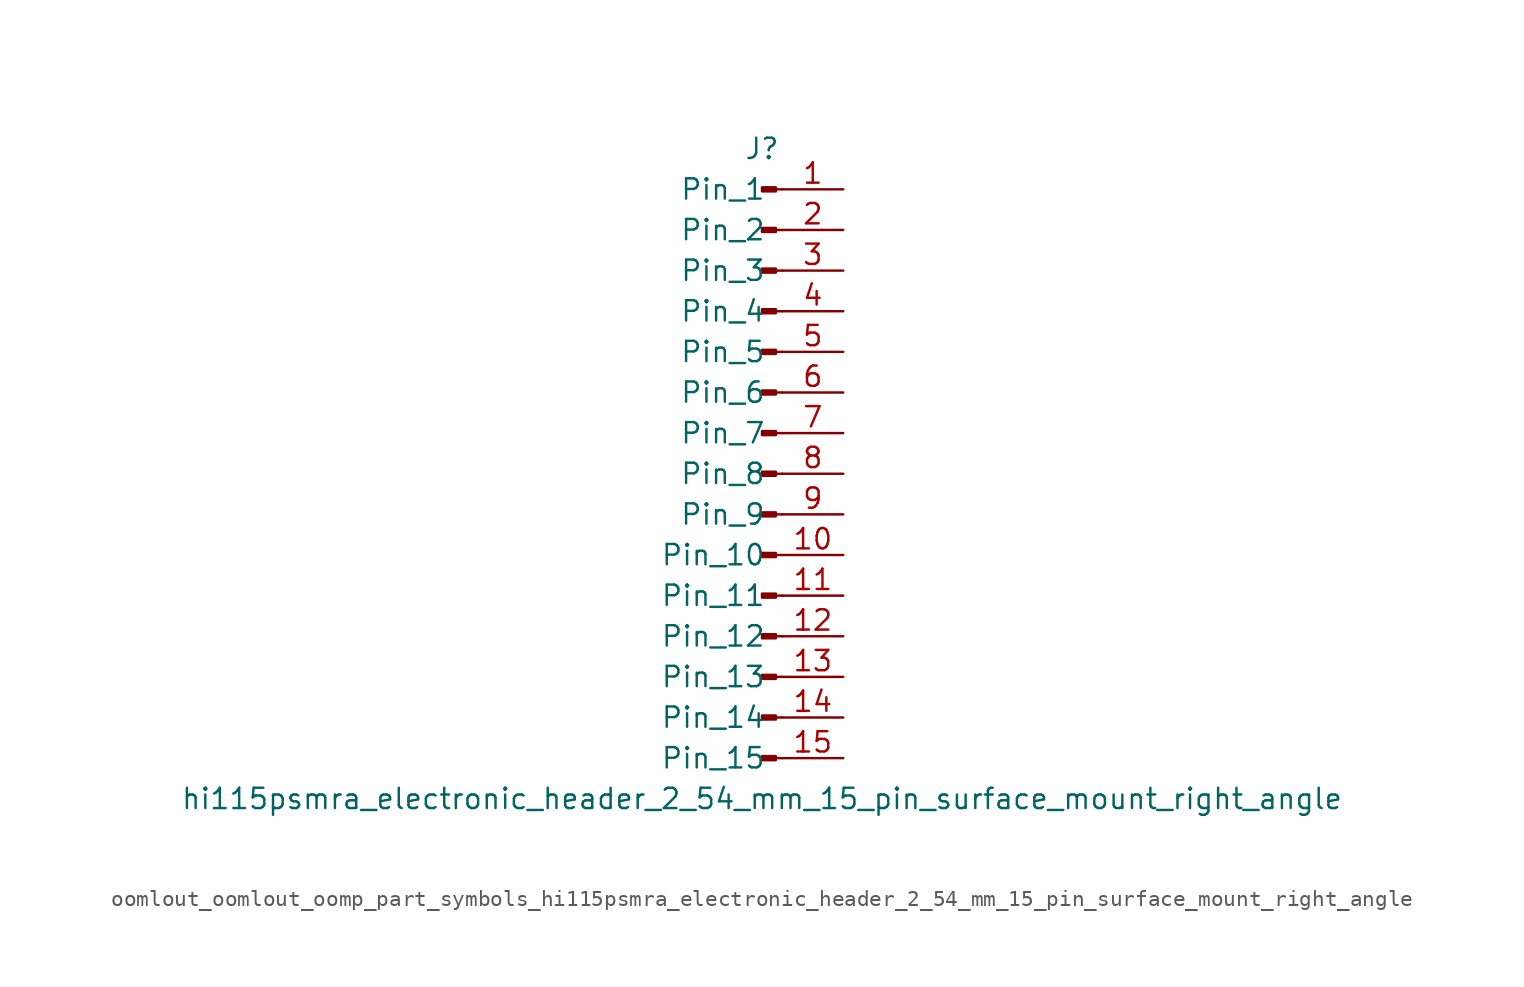
<source format=kicad_sym>
(kicad_symbol_lib
  (version 20220914)
  (generator kicad_symbol_editor)
  (symbol "oomlout_oomlout_oomp_part_symbols_hi115psmra_electronic_header_2_54_mm_15_pin_surface_mount_right_angle"
    (pin_names
      (offset 1.016))
    (property "Reference" "J"
      (at 0 20.32 0)
      (effects (font (size 1.27 1.27))))
    (property "Value" "hi115psmra_electronic_header_2_54_mm_15_pin_surface_mount_right_angle"
      (at 0 -20.32 0)
      (effects (font (size 1.27 1.27))))
    (property "ki_locked" ""
      (at 0 0 0)
      (effects (font (size 1.27 1.27))))
    (symbol "oomlout_oomlout_oomp_part_symbols_hi115psmra_electronic_header_2_54_mm_15_pin_surface_mount_right_angle_1_1"
      (polyline (pts (xy 1.27 -17.78) (xy 0.864 -17.78)) (stroke (width 0.152) (type default)) (fill (type none)))
      (polyline (pts (xy 1.27 -15.24) (xy 0.864 -15.24)) (stroke (width 0.152) (type default)) (fill (type none)))
      (polyline (pts (xy 1.27 -12.7) (xy 0.864 -12.7)) (stroke (width 0.152) (type default)) (fill (type none)))
      (polyline (pts (xy 1.27 -10.16) (xy 0.864 -10.16)) (stroke (width 0.152) (type default)) (fill (type none)))
      (polyline (pts (xy 1.27 -7.62) (xy 0.864 -7.62)) (stroke (width 0.152) (type default)) (fill (type none)))
      (polyline (pts (xy 1.27 -5.08) (xy 0.864 -5.08)) (stroke (width 0.152) (type default)) (fill (type none)))
      (polyline (pts (xy 1.27 -2.54) (xy 0.864 -2.54)) (stroke (width 0.152) (type default)) (fill (type none)))
      (polyline (pts (xy 1.27 0) (xy 0.864 0)) (stroke (width 0.152) (type default)) (fill (type none)))
      (polyline (pts (xy 1.27 2.54) (xy 0.864 2.54)) (stroke (width 0.152) (type default)) (fill (type none)))
      (polyline (pts (xy 1.27 5.08) (xy 0.864 5.08)) (stroke (width 0.152) (type default)) (fill (type none)))
      (polyline (pts (xy 1.27 7.62) (xy 0.864 7.62)) (stroke (width 0.152) (type default)) (fill (type none)))
      (polyline (pts (xy 1.27 10.16) (xy 0.864 10.16)) (stroke (width 0.152) (type default)) (fill (type none)))
      (polyline (pts (xy 1.27 12.7) (xy 0.864 12.7)) (stroke (width 0.152) (type default)) (fill (type none)))
      (polyline (pts (xy 1.27 15.24) (xy 0.864 15.24)) (stroke (width 0.152) (type default)) (fill (type none)))
      (polyline (pts (xy 1.27 17.78) (xy 0.864 17.78)) (stroke (width 0.152) (type default)) (fill (type none)))
      (rectangle (start 0.864 -17.653) (end 0 -17.907) (stroke (width 0.152) (type default)) (fill (type outline)))
      (rectangle (start 0.864 -15.113) (end 0 -15.367) (stroke (width 0.152) (type default)) (fill (type outline)))
      (rectangle (start 0.864 -12.573) (end 0 -12.827) (stroke (width 0.152) (type default)) (fill (type outline)))
      (rectangle (start 0.864 -10.033) (end 0 -10.287) (stroke (width 0.152) (type default)) (fill (type outline)))
      (rectangle (start 0.864 -7.493) (end 0 -7.747) (stroke (width 0.152) (type default)) (fill (type outline)))
      (rectangle (start 0.864 -4.953) (end 0 -5.207) (stroke (width 0.152) (type default)) (fill (type outline)))
      (rectangle (start 0.864 -2.413) (end 0 -2.667) (stroke (width 0.152) (type default)) (fill (type outline)))
      (rectangle (start 0.864 0.127) (end 0 -0.127) (stroke (width 0.152) (type default)) (fill (type outline)))
      (rectangle (start 0.864 2.667) (end 0 2.413) (stroke (width 0.152) (type default)) (fill (type outline)))
      (rectangle (start 0.864 5.207) (end 0 4.953) (stroke (width 0.152) (type default)) (fill (type outline)))
      (rectangle (start 0.864 7.747) (end 0 7.493) (stroke (width 0.152) (type default)) (fill (type outline)))
      (rectangle (start 0.864 10.287) (end 0 10.033) (stroke (width 0.152) (type default)) (fill (type outline)))
      (rectangle (start 0.864 12.827) (end 0 12.573) (stroke (width 0.152) (type default)) (fill (type outline)))
      (rectangle (start 0.864 15.367) (end 0 15.113) (stroke (width 0.152) (type default)) (fill (type outline)))
      (rectangle (start 0.864 17.907) (end 0 17.653) (stroke (width 0.152) (type default)) (fill (type outline)))
      (pin passive line (at 5.08 17.78 180) (length 3.81) (name "Pin_1" (effects (font (size 1.27 1.27)))) (number "1" (effects (font (size 1.27 1.27)))))
      (pin passive line (at 5.08 -5.08 180) (length 3.81) (name "Pin_10" (effects (font (size 1.27 1.27)))) (number "10" (effects (font (size 1.27 1.27)))))
      (pin passive line (at 5.08 -7.62 180) (length 3.81) (name "Pin_11" (effects (font (size 1.27 1.27)))) (number "11" (effects (font (size 1.27 1.27)))))
      (pin passive line (at 5.08 -10.16 180) (length 3.81) (name "Pin_12" (effects (font (size 1.27 1.27)))) (number "12" (effects (font (size 1.27 1.27)))))
      (pin passive line (at 5.08 -12.7 180) (length 3.81) (name "Pin_13" (effects (font (size 1.27 1.27)))) (number "13" (effects (font (size 1.27 1.27)))))
      (pin passive line (at 5.08 -15.24 180) (length 3.81) (name "Pin_14" (effects (font (size 1.27 1.27)))) (number "14" (effects (font (size 1.27 1.27)))))
      (pin passive line (at 5.08 -17.78 180) (length 3.81) (name "Pin_15" (effects (font (size 1.27 1.27)))) (number "15" (effects (font (size 1.27 1.27)))))
      (pin passive line (at 5.08 15.24 180) (length 3.81) (name "Pin_2" (effects (font (size 1.27 1.27)))) (number "2" (effects (font (size 1.27 1.27)))))
      (pin passive line (at 5.08 12.7 180) (length 3.81) (name "Pin_3" (effects (font (size 1.27 1.27)))) (number "3" (effects (font (size 1.27 1.27)))))
      (pin passive line (at 5.08 10.16 180) (length 3.81) (name "Pin_4" (effects (font (size 1.27 1.27)))) (number "4" (effects (font (size 1.27 1.27)))))
      (pin passive line (at 5.08 7.62 180) (length 3.81) (name "Pin_5" (effects (font (size 1.27 1.27)))) (number "5" (effects (font (size 1.27 1.27)))))
      (pin passive line (at 5.08 5.08 180) (length 3.81) (name "Pin_6" (effects (font (size 1.27 1.27)))) (number "6" (effects (font (size 1.27 1.27)))))
      (pin passive line (at 5.08 2.54 180) (length 3.81) (name "Pin_7" (effects (font (size 1.27 1.27)))) (number "7" (effects (font (size 1.27 1.27)))))
      (pin passive line (at 5.08 0 180) (length 3.81) (name "Pin_8" (effects (font (size 1.27 1.27)))) (number "8" (effects (font (size 1.27 1.27)))))
      (pin passive line (at 5.08 -2.54 180) (length 3.81) (name "Pin_9" (effects (font (size 1.27 1.27)))) (number "9" (effects (font (size 1.27 1.27))))))))
</source>
